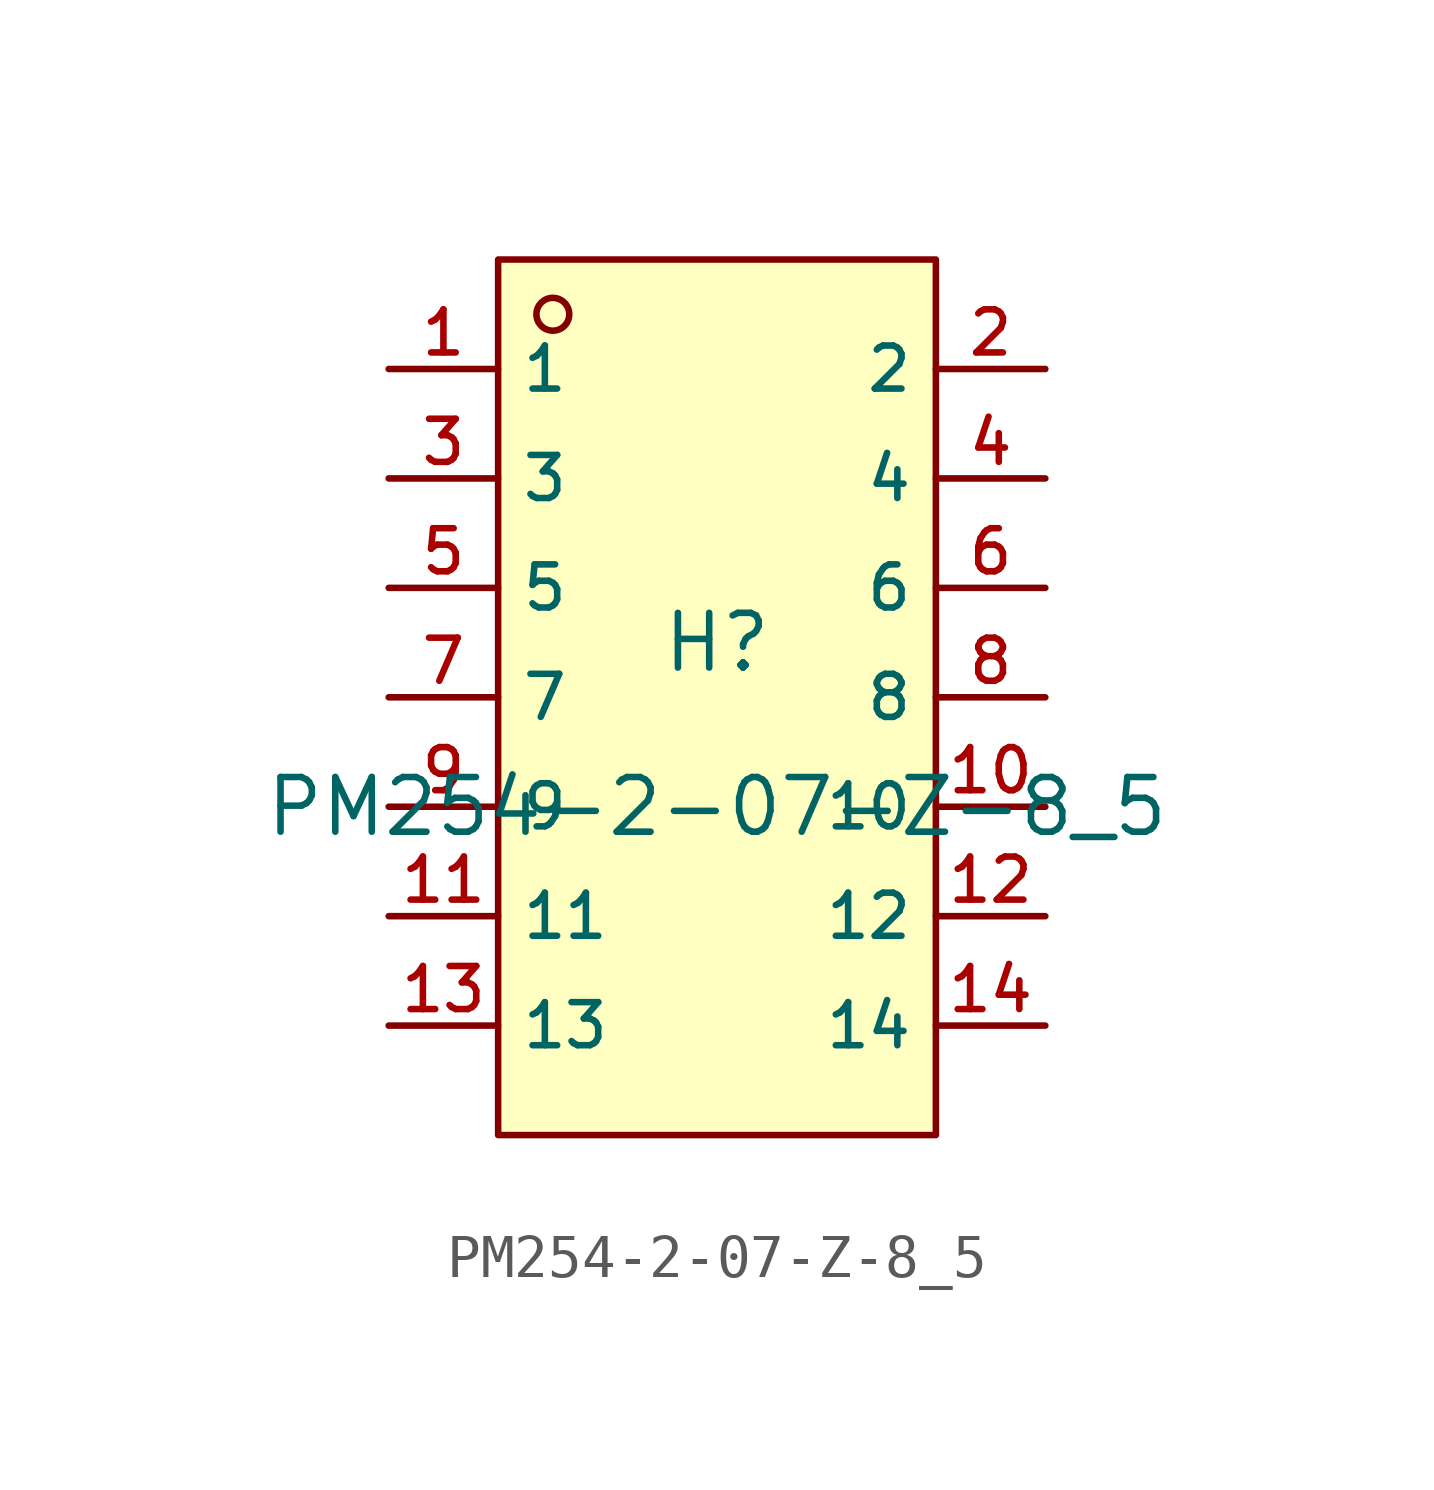
<source format=kicad_sym>
(kicad_symbol_lib
  (version 20210201)
  (generator TousstNicolas/JLC2KiCad_lib)
  (symbol "PM254-2-07-Z-8_5"
    (property "Reference" "H"
      (at 0 1.27 0)
      (effects (font (size 1.27 1.27))))
    (property "Value" "PM254-2-07-Z-8_5"
      (at 0 -2.54 0)
      (effects (font (size 1.27 1.27))))
    (symbol "PM254-2-07-Z-8_5_0_1"
      (rectangle (start -5.08 10.16) (end 5.08 -10.16) (stroke (width 0) (type default) (color 0 0 0 0)) (fill (type background)))
      (circle (center -3.81 8.89) (radius 0.381) (stroke (width 0) (type default) (color 0 0 0 0)) (fill (type background)))
      (pin unspecified line (at -7.62 7.62 0) (length 2.54) (name "1" (effects (font (size 1 1)))) (number "1" (effects (font (size 1 1)))))
      (pin unspecified line (at 7.62 -7.62 180) (length 2.54) (name "14" (effects (font (size 1 1)))) (number "14" (effects (font (size 1 1)))))
      (pin unspecified line (at -7.62 5.08 0) (length 2.54) (name "3" (effects (font (size 1 1)))) (number "3" (effects (font (size 1 1)))))
      (pin unspecified line (at 7.62 -5.08 180) (length 2.54) (name "12" (effects (font (size 1 1)))) (number "12" (effects (font (size 1 1)))))
      (pin unspecified line (at -7.62 2.54 0) (length 2.54) (name "5" (effects (font (size 1 1)))) (number "5" (effects (font (size 1 1)))))
      (pin unspecified line (at 7.62 -2.54 180) (length 2.54) (name "10" (effects (font (size 1 1)))) (number "10" (effects (font (size 1 1)))))
      (pin unspecified line (at -7.62 -0.0 0) (length 2.54) (name "7" (effects (font (size 1 1)))) (number "7" (effects (font (size 1 1)))))
      (pin unspecified line (at 7.62 -0.0 180) (length 2.54) (name "8" (effects (font (size 1 1)))) (number "8" (effects (font (size 1 1)))))
      (pin unspecified line (at -7.62 -2.54 0) (length 2.54) (name "9" (effects (font (size 1 1)))) (number "9" (effects (font (size 1 1)))))
      (pin unspecified line (at 7.62 2.54 180) (length 2.54) (name "6" (effects (font (size 1 1)))) (number "6" (effects (font (size 1 1)))))
      (pin unspecified line (at -7.62 -5.08 0) (length 2.54) (name "11" (effects (font (size 1 1)))) (number "11" (effects (font (size 1 1)))))
      (pin unspecified line (at 7.62 5.08 180) (length 2.54) (name "4" (effects (font (size 1 1)))) (number "4" (effects (font (size 1 1)))))
      (pin unspecified line (at -7.62 -7.62 0) (length 2.54) (name "13" (effects (font (size 1 1)))) (number "13" (effects (font (size 1 1)))))
      (pin unspecified line (at 7.62 7.62 180) (length 2.54) (name "2" (effects (font (size 1 1)))) (number "2" (effects (font (size 1 1))))))))
</source>
